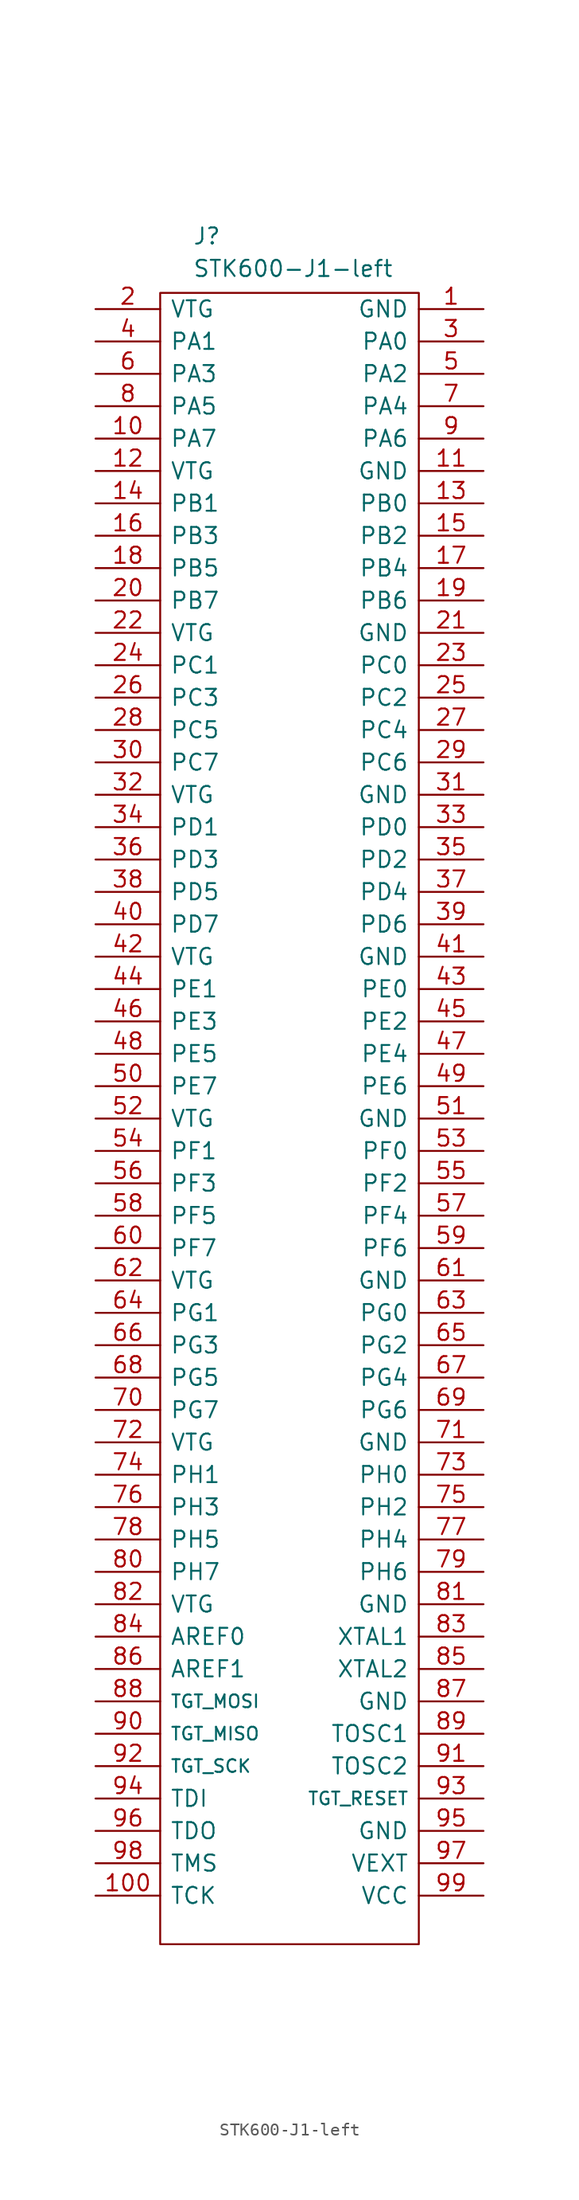
<source format=kicad_sym>
(kicad_symbol_lib
  (version 20211014)
  (generator kicad_symbol_editor)
  (symbol "STK600-J1-left"
    (pin_names
      (offset 0.762))
    (property "Reference" "J"
      (at 14.605 1.27 0)
      (effects (font (size 1.27 1.27)) (justify left)))
    (property "Value" "STK600-J1-left"
      (at 14.605 -1.27 0)
      (effects (font (size 1.27 1.27)) (justify left)))
    (symbol "STK600-J1-left_0_0"
      (pin passive line (at 37.465 -4.445 180) (length 5.08) (name "GND" (effects (font (size 1.27 1.27)))) (number "1" (effects (font (size 1.27 1.27)))))
      (pin passive line (at 6.985 -14.605 0) (length 5.08) (name "PA7" (effects (font (size 1.27 1.27)))) (number "10" (effects (font (size 1.27 1.27)))))
      (pin passive line (at 6.985 -128.905 0) (length 5.08) (name "TCK" (effects (font (size 1.27 1.27)))) (number "100" (effects (font (size 1.27 1.27)))))
      (pin passive line (at 37.465 -17.145 180) (length 5.08) (name "GND" (effects (font (size 1.27 1.27)))) (number "11" (effects (font (size 1.27 1.27)))))
      (pin passive line (at 6.985 -17.145 0) (length 5.08) (name "VTG" (effects (font (size 1.27 1.27)))) (number "12" (effects (font (size 1.27 1.27)))))
      (pin passive line (at 37.465 -19.685 180) (length 5.08) (name "PB0" (effects (font (size 1.27 1.27)))) (number "13" (effects (font (size 1.27 1.27)))))
      (pin passive line (at 6.985 -19.685 0) (length 5.08) (name "PB1" (effects (font (size 1.27 1.27)))) (number "14" (effects (font (size 1.27 1.27)))))
      (pin passive line (at 37.465 -22.225 180) (length 5.08) (name "PB2" (effects (font (size 1.27 1.27)))) (number "15" (effects (font (size 1.27 1.27)))))
      (pin passive line (at 6.985 -22.225 0) (length 5.08) (name "PB3" (effects (font (size 1.27 1.27)))) (number "16" (effects (font (size 1.27 1.27)))))
      (pin passive line (at 37.465 -24.765 180) (length 5.08) (name "PB4" (effects (font (size 1.27 1.27)))) (number "17" (effects (font (size 1.27 1.27)))))
      (pin passive line (at 6.985 -24.765 0) (length 5.08) (name "PB5" (effects (font (size 1.27 1.27)))) (number "18" (effects (font (size 1.27 1.27)))))
      (pin passive line (at 37.465 -27.305 180) (length 5.08) (name "PB6" (effects (font (size 1.27 1.27)))) (number "19" (effects (font (size 1.27 1.27)))))
      (pin passive line (at 6.985 -4.445 0) (length 5.08) (name "VTG" (effects (font (size 1.27 1.27)))) (number "2" (effects (font (size 1.27 1.27)))))
      (pin passive line (at 6.985 -27.305 0) (length 5.08) (name "PB7" (effects (font (size 1.27 1.27)))) (number "20" (effects (font (size 1.27 1.27)))))
      (pin passive line (at 37.465 -29.845 180) (length 5.08) (name "GND" (effects (font (size 1.27 1.27)))) (number "21" (effects (font (size 1.27 1.27)))))
      (pin passive line (at 6.985 -29.845 0) (length 5.08) (name "VTG" (effects (font (size 1.27 1.27)))) (number "22" (effects (font (size 1.27 1.27)))))
      (pin passive line (at 37.465 -32.385 180) (length 5.08) (name "PC0" (effects (font (size 1.27 1.27)))) (number "23" (effects (font (size 1.27 1.27)))))
      (pin passive line (at 6.985 -32.385 0) (length 5.08) (name "PC1" (effects (font (size 1.27 1.27)))) (number "24" (effects (font (size 1.27 1.27)))))
      (pin passive line (at 37.465 -34.925 180) (length 5.08) (name "PC2" (effects (font (size 1.27 1.27)))) (number "25" (effects (font (size 1.27 1.27)))))
      (pin passive line (at 6.985 -34.925 0) (length 5.08) (name "PC3" (effects (font (size 1.27 1.27)))) (number "26" (effects (font (size 1.27 1.27)))))
      (pin passive line (at 37.465 -37.465 180) (length 5.08) (name "PC4" (effects (font (size 1.27 1.27)))) (number "27" (effects (font (size 1.27 1.27)))))
      (pin passive line (at 6.985 -37.465 0) (length 5.08) (name "PC5" (effects (font (size 1.27 1.27)))) (number "28" (effects (font (size 1.27 1.27)))))
      (pin passive line (at 37.465 -40.005 180) (length 5.08) (name "PC6" (effects (font (size 1.27 1.27)))) (number "29" (effects (font (size 1.27 1.27)))))
      (pin passive line (at 37.465 -6.985 180) (length 5.08) (name "PA0" (effects (font (size 1.27 1.27)))) (number "3" (effects (font (size 1.27 1.27)))))
      (pin passive line (at 6.985 -40.005 0) (length 5.08) (name "PC7" (effects (font (size 1.27 1.27)))) (number "30" (effects (font (size 1.27 1.27)))))
      (pin passive line (at 37.465 -42.545 180) (length 5.08) (name "GND" (effects (font (size 1.27 1.27)))) (number "31" (effects (font (size 1.27 1.27)))))
      (pin passive line (at 6.985 -42.545 0) (length 5.08) (name "VTG" (effects (font (size 1.27 1.27)))) (number "32" (effects (font (size 1.27 1.27)))))
      (pin passive line (at 37.465 -45.085 180) (length 5.08) (name "PD0" (effects (font (size 1.27 1.27)))) (number "33" (effects (font (size 1.27 1.27)))))
      (pin passive line (at 6.985 -45.085 0) (length 5.08) (name "PD1" (effects (font (size 1.27 1.27)))) (number "34" (effects (font (size 1.27 1.27)))))
      (pin passive line (at 37.465 -47.625 180) (length 5.08) (name "PD2" (effects (font (size 1.27 1.27)))) (number "35" (effects (font (size 1.27 1.27)))))
      (pin passive line (at 6.985 -47.625 0) (length 5.08) (name "PD3" (effects (font (size 1.27 1.27)))) (number "36" (effects (font (size 1.27 1.27)))))
      (pin passive line (at 37.465 -50.165 180) (length 5.08) (name "PD4" (effects (font (size 1.27 1.27)))) (number "37" (effects (font (size 1.27 1.27)))))
      (pin passive line (at 6.985 -50.165 0) (length 5.08) (name "PD5" (effects (font (size 1.27 1.27)))) (number "38" (effects (font (size 1.27 1.27)))))
      (pin passive line (at 37.465 -52.705 180) (length 5.08) (name "PD6" (effects (font (size 1.27 1.27)))) (number "39" (effects (font (size 1.27 1.27)))))
      (pin passive line (at 6.985 -6.985 0) (length 5.08) (name "PA1" (effects (font (size 1.27 1.27)))) (number "4" (effects (font (size 1.27 1.27)))))
      (pin passive line (at 6.985 -52.705 0) (length 5.08) (name "PD7" (effects (font (size 1.27 1.27)))) (number "40" (effects (font (size 1.27 1.27)))))
      (pin passive line (at 37.465 -55.245 180) (length 5.08) (name "GND" (effects (font (size 1.27 1.27)))) (number "41" (effects (font (size 1.27 1.27)))))
      (pin passive line (at 6.985 -55.245 0) (length 5.08) (name "VTG" (effects (font (size 1.27 1.27)))) (number "42" (effects (font (size 1.27 1.27)))))
      (pin passive line (at 37.465 -57.785 180) (length 5.08) (name "PE0" (effects (font (size 1.27 1.27)))) (number "43" (effects (font (size 1.27 1.27)))))
      (pin passive line (at 6.985 -57.785 0) (length 5.08) (name "PE1" (effects (font (size 1.27 1.27)))) (number "44" (effects (font (size 1.27 1.27)))))
      (pin passive line (at 37.465 -60.325 180) (length 5.08) (name "PE2" (effects (font (size 1.27 1.27)))) (number "45" (effects (font (size 1.27 1.27)))))
      (pin passive line (at 6.985 -60.325 0) (length 5.08) (name "PE3" (effects (font (size 1.27 1.27)))) (number "46" (effects (font (size 1.27 1.27)))))
      (pin passive line (at 37.465 -62.865 180) (length 5.08) (name "PE4" (effects (font (size 1.27 1.27)))) (number "47" (effects (font (size 1.27 1.27)))))
      (pin passive line (at 6.985 -62.865 0) (length 5.08) (name "PE5" (effects (font (size 1.27 1.27)))) (number "48" (effects (font (size 1.27 1.27)))))
      (pin passive line (at 37.465 -65.405 180) (length 5.08) (name "PE6" (effects (font (size 1.27 1.27)))) (number "49" (effects (font (size 1.27 1.27)))))
      (pin passive line (at 37.465 -9.525 180) (length 5.08) (name "PA2" (effects (font (size 1.27 1.27)))) (number "5" (effects (font (size 1.27 1.27)))))
      (pin passive line (at 6.985 -65.405 0) (length 5.08) (name "PE7" (effects (font (size 1.27 1.27)))) (number "50" (effects (font (size 1.27 1.27)))))
      (pin passive line (at 37.465 -67.945 180) (length 5.08) (name "GND" (effects (font (size 1.27 1.27)))) (number "51" (effects (font (size 1.27 1.27)))))
      (pin passive line (at 6.985 -67.945 0) (length 5.08) (name "VTG" (effects (font (size 1.27 1.27)))) (number "52" (effects (font (size 1.27 1.27)))))
      (pin passive line (at 37.465 -70.485 180) (length 5.08) (name "PF0" (effects (font (size 1.27 1.27)))) (number "53" (effects (font (size 1.27 1.27)))))
      (pin passive line (at 6.985 -70.485 0) (length 5.08) (name "PF1" (effects (font (size 1.27 1.27)))) (number "54" (effects (font (size 1.27 1.27)))))
      (pin passive line (at 37.465 -73.025 180) (length 5.08) (name "PF2" (effects (font (size 1.27 1.27)))) (number "55" (effects (font (size 1.27 1.27)))))
      (pin passive line (at 6.985 -73.025 0) (length 5.08) (name "PF3" (effects (font (size 1.27 1.27)))) (number "56" (effects (font (size 1.27 1.27)))))
      (pin passive line (at 37.465 -75.565 180) (length 5.08) (name "PF4" (effects (font (size 1.27 1.27)))) (number "57" (effects (font (size 1.27 1.27)))))
      (pin passive line (at 6.985 -75.565 0) (length 5.08) (name "PF5" (effects (font (size 1.27 1.27)))) (number "58" (effects (font (size 1.27 1.27)))))
      (pin passive line (at 37.465 -78.105 180) (length 5.08) (name "PF6" (effects (font (size 1.27 1.27)))) (number "59" (effects (font (size 1.27 1.27)))))
      (pin passive line (at 6.985 -9.525 0) (length 5.08) (name "PA3" (effects (font (size 1.27 1.27)))) (number "6" (effects (font (size 1.27 1.27)))))
      (pin passive line (at 6.985 -78.105 0) (length 5.08) (name "PF7" (effects (font (size 1.27 1.27)))) (number "60" (effects (font (size 1.27 1.27)))))
      (pin passive line (at 37.465 -80.645 180) (length 5.08) (name "GND" (effects (font (size 1.27 1.27)))) (number "61" (effects (font (size 1.27 1.27)))))
      (pin passive line (at 6.985 -80.645 0) (length 5.08) (name "VTG" (effects (font (size 1.27 1.27)))) (number "62" (effects (font (size 1.27 1.27)))))
      (pin passive line (at 37.465 -83.185 180) (length 5.08) (name "PG0" (effects (font (size 1.27 1.27)))) (number "63" (effects (font (size 1.27 1.27)))))
      (pin passive line (at 6.985 -83.185 0) (length 5.08) (name "PG1" (effects (font (size 1.27 1.27)))) (number "64" (effects (font (size 1.27 1.27)))))
      (pin passive line (at 37.465 -85.725 180) (length 5.08) (name "PG2" (effects (font (size 1.27 1.27)))) (number "65" (effects (font (size 1.27 1.27)))))
      (pin passive line (at 6.985 -85.725 0) (length 5.08) (name "PG3" (effects (font (size 1.27 1.27)))) (number "66" (effects (font (size 1.27 1.27)))))
      (pin passive line (at 37.465 -88.265 180) (length 5.08) (name "PG4" (effects (font (size 1.27 1.27)))) (number "67" (effects (font (size 1.27 1.27)))))
      (pin passive line (at 6.985 -88.265 0) (length 5.08) (name "PG5" (effects (font (size 1.27 1.27)))) (number "68" (effects (font (size 1.27 1.27)))))
      (pin passive line (at 37.465 -90.805 180) (length 5.08) (name "PG6" (effects (font (size 1.27 1.27)))) (number "69" (effects (font (size 1.27 1.27)))))
      (pin passive line (at 37.465 -12.065 180) (length 5.08) (name "PA4" (effects (font (size 1.27 1.27)))) (number "7" (effects (font (size 1.27 1.27)))))
      (pin passive line (at 6.985 -90.805 0) (length 5.08) (name "PG7" (effects (font (size 1.27 1.27)))) (number "70" (effects (font (size 1.27 1.27)))))
      (pin passive line (at 37.465 -93.345 180) (length 5.08) (name "GND" (effects (font (size 1.27 1.27)))) (number "71" (effects (font (size 1.27 1.27)))))
      (pin passive line (at 6.985 -93.345 0) (length 5.08) (name "VTG" (effects (font (size 1.27 1.27)))) (number "72" (effects (font (size 1.27 1.27)))))
      (pin passive line (at 37.465 -95.885 180) (length 5.08) (name "PH0" (effects (font (size 1.27 1.27)))) (number "73" (effects (font (size 1.27 1.27)))))
      (pin passive line (at 6.985 -95.885 0) (length 5.08) (name "PH1" (effects (font (size 1.27 1.27)))) (number "74" (effects (font (size 1.27 1.27)))))
      (pin passive line (at 37.465 -98.425 180) (length 5.08) (name "PH2" (effects (font (size 1.27 1.27)))) (number "75" (effects (font (size 1.27 1.27)))))
      (pin passive line (at 6.985 -98.425 0) (length 5.08) (name "PH3" (effects (font (size 1.27 1.27)))) (number "76" (effects (font (size 1.27 1.27)))))
      (pin passive line (at 37.465 -100.965 180) (length 5.08) (name "PH4" (effects (font (size 1.27 1.27)))) (number "77" (effects (font (size 1.27 1.27)))))
      (pin passive line (at 6.985 -100.965 0) (length 5.08) (name "PH5" (effects (font (size 1.27 1.27)))) (number "78" (effects (font (size 1.27 1.27)))))
      (pin passive line (at 37.465 -103.505 180) (length 5.08) (name "PH6" (effects (font (size 1.27 1.27)))) (number "79" (effects (font (size 1.27 1.27)))))
      (pin passive line (at 6.985 -12.065 0) (length 5.08) (name "PA5" (effects (font (size 1.27 1.27)))) (number "8" (effects (font (size 1.27 1.27)))))
      (pin passive line (at 6.985 -103.505 0) (length 5.08) (name "PH7" (effects (font (size 1.27 1.27)))) (number "80" (effects (font (size 1.27 1.27)))))
      (pin passive line (at 37.465 -106.045 180) (length 5.08) (name "GND" (effects (font (size 1.27 1.27)))) (number "81" (effects (font (size 1.27 1.27)))))
      (pin passive line (at 6.985 -106.045 0) (length 5.08) (name "VTG" (effects (font (size 1.27 1.27)))) (number "82" (effects (font (size 1.27 1.27)))))
      (pin passive line (at 37.465 -108.585 180) (length 5.08) (name "XTAL1" (effects (font (size 1.27 1.27)))) (number "83" (effects (font (size 1.27 1.27)))))
      (pin passive line (at 6.985 -108.585 0) (length 5.08) (name "AREF0" (effects (font (size 1.27 1.27)))) (number "84" (effects (font (size 1.27 1.27)))))
      (pin passive line (at 37.465 -111.125 180) (length 5.08) (name "XTAL2" (effects (font (size 1.27 1.27)))) (number "85" (effects (font (size 1.27 1.27)))))
      (pin passive line (at 6.985 -111.125 0) (length 5.08) (name "AREF1" (effects (font (size 1.27 1.27)))) (number "86" (effects (font (size 1.27 1.27)))))
      (pin passive line (at 37.465 -113.665 180) (length 5.08) (name "GND" (effects (font (size 1.27 1.27)))) (number "87" (effects (font (size 1.27 1.27)))))
      (pin passive line (at 6.985 -113.665 0) (length 5.08) (name "TGT_MOSI" (effects (font (size 1 1)))) (number "88" (effects (font (size 1.27 1.27)))))
      (pin passive line (at 37.465 -116.205 180) (length 5.08) (name "TOSC1" (effects (font (size 1.27 1.27)))) (number "89" (effects (font (size 1.27 1.27)))))
      (pin passive line (at 37.465 -14.605 180) (length 5.08) (name "PA6" (effects (font (size 1.27 1.27)))) (number "9" (effects (font (size 1.27 1.27)))))
      (pin passive line (at 6.985 -116.205 0) (length 5.08) (name "TGT_MISO" (effects (font (size 1 1)))) (number "90" (effects (font (size 1.27 1.27)))))
      (pin passive line (at 37.465 -118.745 180) (length 5.08) (name "TOSC2" (effects (font (size 1.27 1.27)))) (number "91" (effects (font (size 1.27 1.27)))))
      (pin passive line (at 6.985 -118.745 0) (length 5.08) (name "TGT_SCK" (effects (font (size 1 1)))) (number "92" (effects (font (size 1.27 1.27)))))
      (pin passive line (at 37.465 -121.285 180) (length 5.08) (name "TGT_RESET" (effects (font (size 1 1)))) (number "93" (effects (font (size 1.27 1.27)))))
      (pin passive line (at 6.985 -121.285 0) (length 5.08) (name "TDI" (effects (font (size 1.27 1.27)))) (number "94" (effects (font (size 1.27 1.27)))))
      (pin passive line (at 37.465 -123.825 180) (length 5.08) (name "GND" (effects (font (size 1.27 1.27)))) (number "95" (effects (font (size 1.27 1.27)))))
      (pin passive line (at 6.985 -123.825 0) (length 5.08) (name "TDO" (effects (font (size 1.27 1.27)))) (number "96" (effects (font (size 1.27 1.27)))))
      (pin passive line (at 37.465 -126.365 180) (length 5.08) (name "VEXT" (effects (font (size 1.27 1.27)))) (number "97" (effects (font (size 1.27 1.27)))))
      (pin passive line (at 6.985 -126.365 0) (length 5.08) (name "TMS" (effects (font (size 1.27 1.27)))) (number "98" (effects (font (size 1.27 1.27)))))
      (pin passive line (at 37.465 -128.905 180) (length 5.08) (name "VCC" (effects (font (size 1.27 1.27)))) (number "99" (effects (font (size 1.27 1.27))))))
    (symbol "STK600-J1-left_0_1"
      (polyline (pts (xy 12.065 -3.175) (xy 32.385 -3.175) (xy 32.385 -132.715) (xy 12.065 -132.715) (xy 12.065 -3.175)) (stroke (width 0.152) (type default) (color 0 0 0 0)) (fill (type none))))))
</source>
